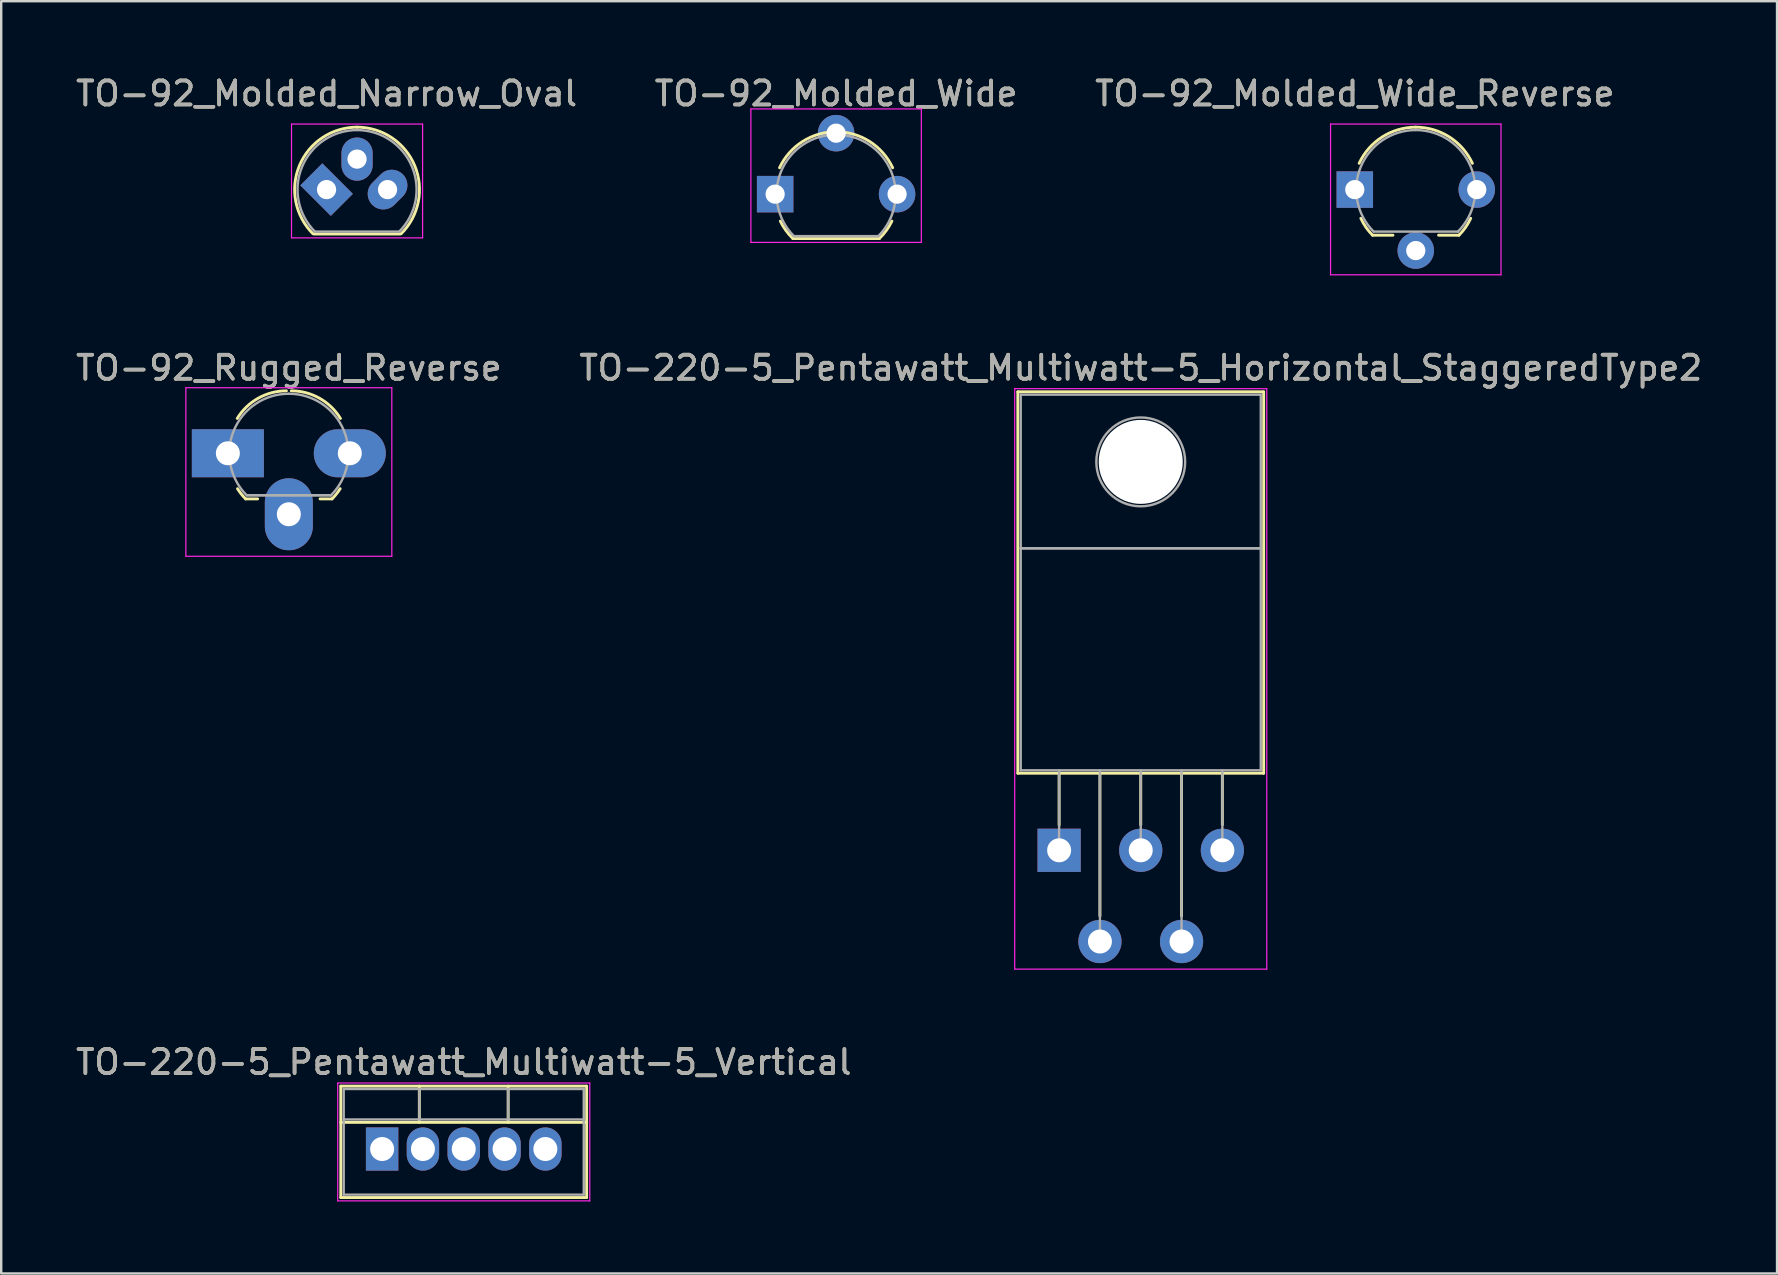
<source format=kicad_pcb>
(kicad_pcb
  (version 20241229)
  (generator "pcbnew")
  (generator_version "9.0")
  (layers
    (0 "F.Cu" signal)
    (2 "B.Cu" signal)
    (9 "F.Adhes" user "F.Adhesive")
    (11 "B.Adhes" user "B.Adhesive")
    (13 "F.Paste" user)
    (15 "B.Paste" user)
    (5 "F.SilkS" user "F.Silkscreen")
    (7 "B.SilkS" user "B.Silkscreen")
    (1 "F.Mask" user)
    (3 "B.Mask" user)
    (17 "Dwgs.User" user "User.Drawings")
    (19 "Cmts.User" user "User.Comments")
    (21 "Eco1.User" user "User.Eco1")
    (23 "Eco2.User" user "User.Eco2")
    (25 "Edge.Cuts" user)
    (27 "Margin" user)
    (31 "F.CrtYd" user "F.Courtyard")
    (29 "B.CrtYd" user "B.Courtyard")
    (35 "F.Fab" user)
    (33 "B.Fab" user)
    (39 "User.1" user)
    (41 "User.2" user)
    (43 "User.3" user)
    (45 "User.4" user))
  (footprint "TO-220-5_Pentawatt_Multiwatt-5_Horizontal_StaggeredType2"
    (layer "F.Cu")
    (at 41.07 32.371)
    (property "Reference" "TO-220-5_Pentawatt_Multiwatt-5_Horizontal_StaggeredType2" (at 3.4 -20.1 0) (layer "F.SilkS") (effects (font (size 1 1) (thickness 0.15))))
    (attr through_hole)
    (fp_line (start -1.721 -19.1) (end -1.721 -3.21) (stroke (width 0.12) (type solid)) (layer "F.SilkS"))
    (fp_line (start -1.721 -19.1) (end 8.52 -19.1) (stroke (width 0.12) (type solid)) (layer "F.SilkS"))
    (fp_line (start -1.721 -3.21) (end 8.52 -3.21) (stroke (width 0.12) (type solid)) (layer "F.SilkS"))
    (fp_line (start 0 -3.21) (end 0 -1.05) (stroke (width 0.12) (type solid)) (layer "F.SilkS"))
    (fp_line (start 1.7 -3.21) (end 1.7 2.735) (stroke (width 0.12) (type solid)) (layer "F.SilkS"))
    (fp_line (start 3.4 -3.21) (end 3.4 -1.066) (stroke (width 0.12) (type solid)) (layer "F.SilkS"))
    (fp_line (start 5.1 -3.21) (end 5.1 2.735) (stroke (width 0.12) (type solid)) (layer "F.SilkS"))
    (fp_line (start 6.8 -3.21) (end 6.8 -1.066) (stroke (width 0.12) (type solid)) (layer "F.SilkS"))
    (fp_line (start 8.52 -19.1) (end 8.52 -3.21) (stroke (width 0.12) (type solid)) (layer "F.SilkS"))
    (fp_line (start -1.85 -19.23) (end -1.85 4.95) (stroke (width 0.05) (type solid)) (layer "F.CrtYd"))
    (fp_line (start -1.85 4.95) (end 8.65 4.95) (stroke (width 0.05) (type solid)) (layer "F.CrtYd"))
    (fp_line (start 8.65 -19.23) (end -1.85 -19.23) (stroke (width 0.05) (type solid)) (layer "F.CrtYd"))
    (fp_line (start 8.65 4.95) (end 8.65 -19.23) (stroke (width 0.05) (type solid)) (layer "F.CrtYd"))
    (fp_line (start -1.6 -18.98) (end 8.4 -18.98) (stroke (width 0.1) (type solid)) (layer "F.Fab"))
    (fp_line (start -1.6 -12.58) (end -1.6 -18.98) (stroke (width 0.1) (type solid)) (layer "F.Fab"))
    (fp_line (start -1.6 -12.58) (end 8.4 -12.58) (stroke (width 0.1) (type solid)) (layer "F.Fab"))
    (fp_line (start -1.6 -3.33) (end -1.6 -12.58) (stroke (width 0.1) (type solid)) (layer "F.Fab"))
    (fp_line (start 0 -3.33) (end 0 0) (stroke (width 0.1) (type solid)) (layer "F.Fab"))
    (fp_line (start 1.7 -3.33) (end 1.7 3.8) (stroke (width 0.1) (type solid)) (layer "F.Fab"))
    (fp_line (start 3.4 -3.33) (end 3.4 0) (stroke (width 0.1) (type solid)) (layer "F.Fab"))
    (fp_line (start 5.1 -3.33) (end 5.1 3.8) (stroke (width 0.1) (type solid)) (layer "F.Fab"))
    (fp_line (start 6.8 -3.33) (end 6.8 0) (stroke (width 0.1) (type solid)) (layer "F.Fab"))
    (fp_line (start 8.4 -18.98) (end 8.4 -12.58) (stroke (width 0.1) (type solid)) (layer "F.Fab"))
    (fp_line (start 8.4 -12.58) (end -1.6 -12.58) (stroke (width 0.1) (type solid)) (layer "F.Fab"))
    (fp_line (start 8.4 -12.58) (end 8.4 -3.33) (stroke (width 0.1) (type solid)) (layer "F.Fab"))
    (fp_line (start 8.4 -3.33) (end -1.6 -3.33) (stroke (width 0.1) (type solid)) (layer "F.Fab"))
    (fp_circle (center 3.4 -16.18) (end 5.25 -16.18) (stroke (width 0.1) (type solid)) (fill no) (layer "F.Fab"))
    (fp_text user "${REFERENCE}" (at 3.4 -20.1 0) (layer "F.Fab") (effects (font (size 1 1) (thickness 0.15))))
    (pad "" np_thru_hole oval (at 3.4 -16.18) (size 3.5 3.5) (drill 3.5) (layers "*.Cu" "*.Mask"))
    (pad "1" thru_hole rect (at 0 0) (size 1.8 1.8) (drill 1) (layers "*.Cu" "*.Mask"))
    (pad "2" thru_hole oval (at 1.7 3.8) (size 1.8 1.8) (drill 1) (layers "*.Cu" "*.Mask"))
    (pad "3" thru_hole oval (at 3.4 0) (size 1.8 1.8) (drill 1) (layers "*.Cu" "*.Mask"))
    (pad "4" thru_hole oval (at 5.1 3.8) (size 1.8 1.8) (drill 1) (layers "*.Cu" "*.Mask"))
    (pad "5" thru_hole oval (at 6.8 0) (size 1.8 1.8) (drill 1) (layers "*.Cu" "*.Mask")))
  (footprint "TO-92_Molded_Narrow_Oval"
    (layer "F.Cu")
    (at 10.554 4.848)
    (property "Reference" "TO-92_Molded_Narrow_Oval" (at 0 -4 0) (layer "F.SilkS") (effects (font (size 1 1) (thickness 0.15))))
    (attr through_hole)
    (fp_line (start -0.53 1.85) (end 3.07 1.85) (stroke (width 0.12) (type solid)) (layer "F.SilkS"))
    (fp_arc (start -0.568478 1.838478) (mid -1.132087 -0.994977) (end 1.27 -2.6) (stroke (width 0.12) (type solid)) (layer "F.SilkS"))
    (fp_arc (start 1.27 -2.6) (mid 3.672087 -0.994977) (end 3.108478 1.838478) (stroke (width 0.12) (type solid)) (layer "F.SilkS"))
    (fp_line (start -1.46 -2.73) (end -1.46 2.01) (stroke (width 0.05) (type solid)) (layer "F.CrtYd"))
    (fp_line (start -1.46 -2.73) (end 4 -2.73) (stroke (width 0.05) (type solid)) (layer "F.CrtYd"))
    (fp_line (start 4 2.01) (end -1.46 2.01) (stroke (width 0.05) (type solid)) (layer "F.CrtYd"))
    (fp_line (start 4 2.01) (end 4 -2.73) (stroke (width 0.05) (type solid)) (layer "F.CrtYd"))
    (fp_line (start -0.5 1.75) (end 3 1.75) (stroke (width 0.1) (type solid)) (layer "F.Fab"))
    (fp_arc (start -0.483625 1.753625) (mid -1.021221 -0.949055) (end 1.27 -2.48) (stroke (width 0.1) (type solid)) (layer "F.Fab"))
    (fp_arc (start 1.27 -2.48) (mid 3.561221 -0.949055) (end 3.023625 1.753625) (stroke (width 0.1) (type solid)) (layer "F.Fab"))
    (fp_text user "${REFERENCE}" (at 0 -4 0) (layer "F.Fab") (effects (font (size 1 1) (thickness 0.15))))
    (pad "1" thru_hole rect (at 0 0 45) (size 1.3 1.8) (drill 0.8) (layers "*.Cu" "*.Mask"))
    (pad "2" thru_hole oval (at 1.27 -1.27 90) (size 1.8 1.3) (drill 0.8) (layers "*.Cu" "*.Mask"))
    (pad "3" thru_hole oval (at 2.54 0 45) (size 1.8 1.3) (drill 0.8) (layers "*.Cu" "*.Mask")))
  (footprint "TO-92_Molded_Wide"
    (layer "F.Cu")
    (at 29.24 5.038)
    (property "Reference" "TO-92_Molded_Wide" (at 2.54 -4.19 180) (layer "F.SilkS") (effects (font (size 1 1) (thickness 0.15))))
    (attr through_hole)
    (fp_line (start 0.74 1.85) (end 4.34 1.85) (stroke (width 0.12) (type solid)) (layer "F.SilkS"))
    (fp_arc (start 0.1836 -1.098807) (mid 1.143021 -2.192817) (end 2.54 -2.6) (stroke (width 0.12) (type solid)) (layer "F.SilkS"))
    (fp_arc (start 0.74 1.85) (mid 0.446097 1.509328) (end 0.215816 1.122795) (stroke (width 0.12) (type solid)) (layer "F.SilkS"))
    (fp_arc (start 2.54 -2.6) (mid 3.936979 -2.192818) (end 4.8964 -1.098807) (stroke (width 0.12) (type solid)) (layer "F.SilkS"))
    (fp_arc (start 4.864184 1.122795) (mid 4.633903 1.509328) (end 4.34 1.85) (stroke (width 0.12) (type solid)) (layer "F.SilkS"))
    (fp_line (start -1.01 -3.55) (end -1.01 2.01) (stroke (width 0.05) (type solid)) (layer "F.CrtYd"))
    (fp_line (start -1.01 -3.55) (end 6.09 -3.55) (stroke (width 0.05) (type solid)) (layer "F.CrtYd"))
    (fp_line (start 6.09 2.01) (end -1.01 2.01) (stroke (width 0.05) (type solid)) (layer "F.CrtYd"))
    (fp_line (start 6.09 2.01) (end 6.09 -3.55) (stroke (width 0.05) (type solid)) (layer "F.CrtYd"))
    (fp_line (start 0.8 1.75) (end 4.3 1.75) (stroke (width 0.1) (type solid)) (layer "F.Fab"))
    (fp_arc (start 0.786375 1.753625) (mid 0.248779 -0.949055) (end 2.54 -2.48) (stroke (width 0.1) (type solid)) (layer "F.Fab"))
    (fp_arc (start 2.54 -2.48) (mid 4.831221 -0.949055) (end 4.293625 1.753625) (stroke (width 0.1) (type solid)) (layer "F.Fab"))
    (fp_text user "${REFERENCE}" (at 2.54 -4.19 180) (layer "F.Fab") (effects (font (size 1 1) (thickness 0.15))))
    (pad "1" thru_hole rect (at 0 0 90) (size 1.52 1.52) (drill 0.8) (layers "*.Cu" "*.Mask"))
    (pad "2" thru_hole circle (at 2.54 -2.54 90) (size 1.52 1.52) (drill 0.8) (layers "*.Cu" "*.Mask"))
    (pad "3" thru_hole circle (at 5.08 0 90) (size 1.52 1.52) (drill 0.8) (layers "*.Cu" "*.Mask")))
  (footprint "TO-220-5_Pentawatt_Multiwatt-5_Vertical"
    (layer "F.Cu")
    (at 12.868 44.815)
    (property "Reference" "TO-220-5_Pentawatt_Multiwatt-5_Vertical" (at 3.4 -3.62 0) (layer "F.SilkS") (effects (font (size 1 1) (thickness 0.15))))
    (attr through_hole)
    (fp_line (start -1.721 -2.62) (end -1.721 2.021) (stroke (width 0.12) (type solid)) (layer "F.SilkS"))
    (fp_line (start -1.721 -2.62) (end 8.52 -2.62) (stroke (width 0.12) (type solid)) (layer "F.SilkS"))
    (fp_line (start -1.721 -1.11) (end 8.52 -1.11) (stroke (width 0.12) (type solid)) (layer "F.SilkS"))
    (fp_line (start -1.721 2.021) (end 8.52 2.021) (stroke (width 0.12) (type solid)) (layer "F.SilkS"))
    (fp_line (start 1.55 -2.62) (end 1.55 -1.11) (stroke (width 0.12) (type solid)) (layer "F.SilkS"))
    (fp_line (start 5.25 -2.62) (end 5.25 -1.11) (stroke (width 0.12) (type solid)) (layer "F.SilkS"))
    (fp_line (start 8.52 -2.62) (end 8.52 2.021) (stroke (width 0.12) (type solid)) (layer "F.SilkS"))
    (fp_line (start -1.85 -2.75) (end -1.85 2.16) (stroke (width 0.05) (type solid)) (layer "F.CrtYd"))
    (fp_line (start -1.85 2.16) (end 8.65 2.16) (stroke (width 0.05) (type solid)) (layer "F.CrtYd"))
    (fp_line (start 8.65 -2.75) (end -1.85 -2.75) (stroke (width 0.05) (type solid)) (layer "F.CrtYd"))
    (fp_line (start 8.65 2.16) (end 8.65 -2.75) (stroke (width 0.05) (type solid)) (layer "F.CrtYd"))
    (fp_line (start -1.6 -2.5) (end -1.6 1.9) (stroke (width 0.1) (type solid)) (layer "F.Fab"))
    (fp_line (start -1.6 -1.23) (end 8.4 -1.23) (stroke (width 0.1) (type solid)) (layer "F.Fab"))
    (fp_line (start -1.6 1.9) (end 8.4 1.9) (stroke (width 0.1) (type solid)) (layer "F.Fab"))
    (fp_line (start 1.55 -2.5) (end 1.55 -1.23) (stroke (width 0.1) (type solid)) (layer "F.Fab"))
    (fp_line (start 5.25 -2.5) (end 5.25 -1.23) (stroke (width 0.1) (type solid)) (layer "F.Fab"))
    (fp_line (start 8.4 -2.5) (end -1.6 -2.5) (stroke (width 0.1) (type solid)) (layer "F.Fab"))
    (fp_line (start 8.4 1.9) (end 8.4 -2.5) (stroke (width 0.1) (type solid)) (layer "F.Fab"))
    (fp_text user "${REFERENCE}" (at 3.4 -3.62 0) (layer "F.Fab") (effects (font (size 1 1) (thickness 0.15))))
    (pad "1" thru_hole rect (at 0 0) (size 1.35 1.8) (drill 1) (layers "*.Cu" "*.Mask"))
    (pad "2" thru_hole oval (at 1.7 0) (size 1.35 1.8) (drill 1) (layers "*.Cu" "*.Mask"))
    (pad "3" thru_hole oval (at 3.4 0) (size 1.35 1.8) (drill 1) (layers "*.Cu" "*.Mask"))
    (pad "4" thru_hole oval (at 5.1 0) (size 1.35 1.8) (drill 1) (layers "*.Cu" "*.Mask"))
    (pad "5" thru_hole oval (at 6.8 0) (size 1.35 1.8) (drill 1) (layers "*.Cu" "*.Mask")))
  (footprint "TO-92_Rugged_Reverse"
    (layer "F.Cu")
    (at 6.442 15.832)
    (property "Reference" "TO-92_Rugged_Reverse" (at 2.54 -3.56 0) (layer "F.SilkS") (effects (font (size 1 1) (thickness 0.15))))
    (attr through_hole)
    (fp_line (start 0.74 1.9) (end 1.24 1.9) (stroke (width 0.12) (type solid)) (layer "F.SilkS"))
    (fp_line (start 3.84 1.9) (end 4.34 1.9) (stroke (width 0.12) (type solid)) (layer "F.SilkS"))
    (fp_arc (start 0.39 -1.45) (mid 1.264534 -2.293628) (end 2.440126 -2.601041) (stroke (width 0.12) (type solid)) (layer "F.SilkS"))
    (fp_arc (start 0.74 1.9) (mid 0.558613 1.696791) (end 0.401376 1.474368) (stroke (width 0.12) (type solid)) (layer "F.SilkS"))
    (fp_arc (start 2.639874 -2.601041) (mid 3.815466 -2.293628) (end 4.69 -1.45) (stroke (width 0.12) (type solid)) (layer "F.SilkS"))
    (fp_arc (start 4.678624 1.474368) (mid 4.521387 1.696791) (end 4.34 1.9) (stroke (width 0.12) (type solid)) (layer "F.SilkS"))
    (fp_line (start -1.75 -2.73) (end -1.75 4.29) (stroke (width 0.05) (type solid)) (layer "F.CrtYd"))
    (fp_line (start -1.75 -2.73) (end 6.83 -2.73) (stroke (width 0.05) (type solid)) (layer "F.CrtYd"))
    (fp_line (start 6.83 4.29) (end -1.75 4.29) (stroke (width 0.05) (type solid)) (layer "F.CrtYd"))
    (fp_line (start 6.83 4.29) (end 6.83 -2.73) (stroke (width 0.05) (type solid)) (layer "F.CrtYd"))
    (fp_line (start 0.8 1.75) (end 4.3 1.75) (stroke (width 0.1) (type solid)) (layer "F.Fab"))
    (fp_line (start 0.8 1.75) (end 4.3 1.75) (stroke (width 0.1) (type solid)) (layer "F.Fab"))
    (fp_arc (start 0.786375 1.753625) (mid 0.248779 -0.949055) (end 2.54 -2.48) (stroke (width 0.1) (type solid)) (layer "F.Fab"))
    (fp_arc (start 2.54 -2.48) (mid 4.831221 -0.949055) (end 4.293625 1.753625) (stroke (width 0.1) (type solid)) (layer "F.Fab"))
    (fp_text user "${REFERENCE}" (at 2.54 -3.56 0) (layer "F.Fab") (effects (font (size 1 1) (thickness 0.15))))
    (pad "1" thru_hole rect (at 0 0 90) (size 2 3) (drill 1) (layers "*.Cu" "*.Mask"))
    (pad "2" thru_hole oval (at 2.54 2.54 90) (size 3 2) (drill 1) (layers "*.Cu" "*.Mask"))
    (pad "3" thru_hole oval (at 5.08 0 90) (size 2 3) (drill 1) (layers "*.Cu" "*.Mask")))
  (footprint "TO-92_Molded_Wide_Reverse"
    (layer "F.Cu")
    (at 53.387 4.848)
    (property "Reference" "TO-92_Molded_Wide_Reverse" (at 0 -4 0) (layer "F.SilkS") (effects (font (size 1 1) (thickness 0.15))))
    (attr through_hole)
    (fp_line (start 0.74 1.9) (end 1.59 1.9) (stroke (width 0.12) (type solid)) (layer "F.SilkS"))
    (fp_line (start 3.49 1.9) (end 4.34 1.9) (stroke (width 0.12) (type solid)) (layer "F.SilkS"))
    (fp_arc (start 0.181686 -1.094693) (mid 1.141108 -2.191597) (end 2.54 -2.6) (stroke (width 0.12) (type solid)) (layer "F.SilkS"))
    (fp_arc (start 0.74 1.9) (mid 0.464627 1.570365) (end 0.252305 1.19699) (stroke (width 0.12) (type solid)) (layer "F.SilkS"))
    (fp_arc (start 2.54 -2.6) (mid 3.938892 -2.191598) (end 4.898314 -1.094693) (stroke (width 0.12) (type solid)) (layer "F.SilkS"))
    (fp_arc (start 4.827695 1.19699) (mid 4.615373 1.570365) (end 4.34 1.9) (stroke (width 0.12) (type solid)) (layer "F.SilkS"))
    (fp_line (start -1.01 -2.73) (end -1.01 3.55) (stroke (width 0.05) (type solid)) (layer "F.CrtYd"))
    (fp_line (start -1.01 -2.73) (end 6.09 -2.73) (stroke (width 0.05) (type solid)) (layer "F.CrtYd"))
    (fp_line (start 6.09 3.55) (end -1.01 3.55) (stroke (width 0.05) (type solid)) (layer "F.CrtYd"))
    (fp_line (start 6.09 3.55) (end 6.09 -2.73) (stroke (width 0.05) (type solid)) (layer "F.CrtYd"))
    (fp_line (start 0.8 1.75) (end 4.3 1.75) (stroke (width 0.1) (type solid)) (layer "F.Fab"))
    (fp_arc (start 0.786375 1.753625) (mid 0.248779 -0.949055) (end 2.54 -2.48) (stroke (width 0.1) (type solid)) (layer "F.Fab"))
    (fp_arc (start 2.54 -2.48) (mid 4.831221 -0.949055) (end 4.293625 1.753625) (stroke (width 0.1) (type solid)) (layer "F.Fab"))
    (fp_text user "${REFERENCE}" (at 0 -4 0) (layer "F.Fab") (effects (font (size 1 1) (thickness 0.15))))
    (pad "1" thru_hole rect (at 0 0 90) (size 1.52 1.52) (drill 0.8) (layers "*.Cu" "*.Mask"))
    (pad "2" thru_hole circle (at 2.54 2.54 90) (size 1.52 1.52) (drill 0.8) (layers "*.Cu" "*.Mask"))
    (pad "3" thru_hole circle (at 5.08 0 90) (size 1.52 1.52) (drill 0.8) (layers "*.Cu" "*.Mask")))
  (gr_rect
    (start -3 -3)
    (end 70.976 50)
    (stroke (width 0.1) (type default))
    (fill no)
    (layer "Edge.Cuts")))
</source>
